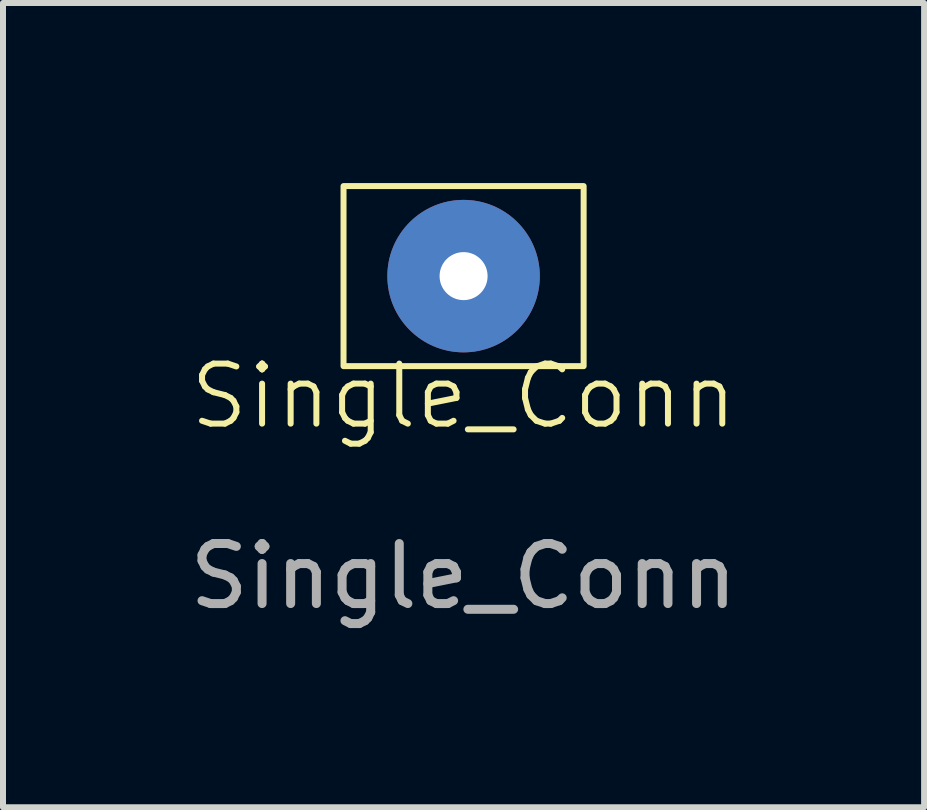
<source format=kicad_pcb>
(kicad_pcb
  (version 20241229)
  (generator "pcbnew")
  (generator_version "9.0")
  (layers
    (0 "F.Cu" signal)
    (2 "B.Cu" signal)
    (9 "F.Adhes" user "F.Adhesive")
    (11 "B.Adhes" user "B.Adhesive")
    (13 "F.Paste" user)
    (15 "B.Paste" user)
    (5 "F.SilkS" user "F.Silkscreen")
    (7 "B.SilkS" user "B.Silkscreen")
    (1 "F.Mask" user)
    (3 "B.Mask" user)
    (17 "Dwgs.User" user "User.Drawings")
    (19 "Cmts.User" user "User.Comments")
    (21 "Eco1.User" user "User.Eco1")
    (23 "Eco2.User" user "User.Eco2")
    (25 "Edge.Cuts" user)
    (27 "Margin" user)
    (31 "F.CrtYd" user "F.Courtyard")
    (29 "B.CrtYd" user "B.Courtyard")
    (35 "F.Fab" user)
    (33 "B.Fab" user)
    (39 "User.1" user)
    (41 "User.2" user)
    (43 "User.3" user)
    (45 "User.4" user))
  (footprint "Single_Conn"
    (layer "F.Cu")
    (at 4.673 4.05)
    (property "Reference" "Single_Conn" (at 0 -0.5 0) (unlocked yes) (layer "F.SilkS") (effects (font (size 1 1) (thickness 0.1))))
    (attr smd)
    (fp_rect (start -2 -4) (end 2 -1) (stroke (width 0.1) (type default)) (fill no) (layer "F.SilkS"))
    (fp_text user "${REFERENCE}" (at 0 2.5 0) (unlocked yes) (layer "F.Fab") (effects (font (size 1 1) (thickness 0.15))))
    (pad "1" thru_hole circle (at 0 -2.5) (size 2.54 2.54) (drill 0.8) (layers "*.Cu" "*.Mask")))
  (gr_rect
    (start -3 -3)
    (end 12.345 10.398)
    (stroke (width 0.1) (type default))
    (fill no)
    (layer "Edge.Cuts")))
</source>
